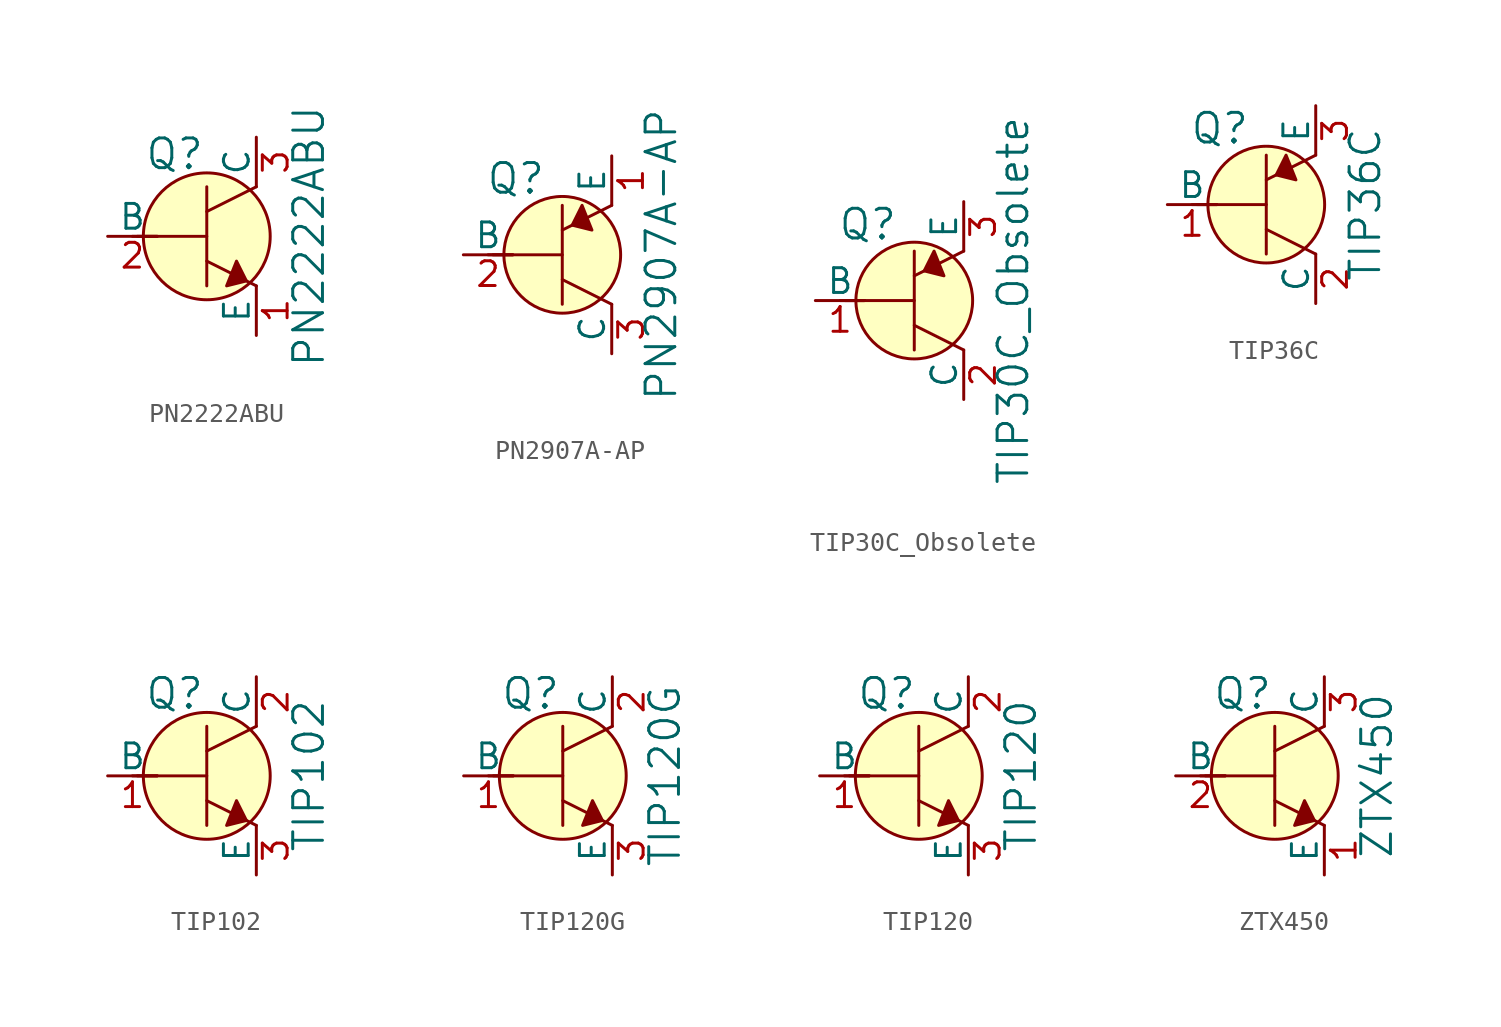
<source format=kicad_sym>
(kicad_symbol_lib
  (version 20220914)
  (generator kicad_symbol_editor)
  (symbol "PN2222ABU"
    (pin_names
      (offset 0))
    (property "Reference" "Q"
      (at -3.2 4.216 0)
      (effects (font (size 1.524 1.524)) (justify left)))
    (property "Value" "PN2222ABU"
      (at 5.232 0 90)
      (effects (font (size 1.524 1.524))))
    (symbol "PN2222ABU_0_1"
      (polyline (pts (xy -3.81 0) (xy -2.54 0)) (stroke (width 0) (type default)) (fill (type none)))
      (polyline (pts (xy -3.556 0) (xy 0 0)) (stroke (width 0) (type default)) (fill (type none)))
      (polyline (pts (xy 0 -1.27) (xy 2.54 -2.54)) (stroke (width 0) (type default)) (fill (type none)))
      (polyline (pts (xy 0 1.27) (xy 2.54 2.54)) (stroke (width 0) (type default)) (fill (type none)))
      (polyline (pts (xy 0 2.54) (xy 0 -2.54)) (stroke (width 0) (type default)) (fill (type none)))
      (polyline (pts (xy 1.524 -1.27) (xy 2.032 -2.286) (xy 1.016 -2.54) (xy 1.524 -1.27)) (stroke (width 0) (type default)) (fill (type outline)))
      (circle (center 0 0) (radius 3.251) (stroke (width 0) (type default)) (fill (type background))))
    (symbol "PN2222ABU_1_1"
      (pin passive line (at 2.54 -5.08 90) (length 2.54) (name "E" (effects (font (size 1.27 1.27)))) (number "1" (effects (font (size 1.27 1.27)))))
      (pin input line (at -5.08 0 0) (length 2.54) (name "B" (effects (font (size 1.27 1.27)))) (number "2" (effects (font (size 1.27 1.27)))))
      (pin passive line (at 2.54 5.08 270) (length 2.54) (name "C" (effects (font (size 1.27 1.27)))) (number "3" (effects (font (size 1.27 1.27)))))))
  (symbol "PN2907A-AP"
    (pin_names
      (offset 0))
    (property "Reference" "Q"
      (at -2.388 3.912 0)
      (effects (font (size 1.524 1.524))))
    (property "Value" "PN2907A-AP"
      (at 5.08 0 90)
      (effects (font (size 1.524 1.524))))
    (symbol "PN2907A-AP_0_1"
      (polyline (pts (xy -3.81 0) (xy -2.54 0)) (stroke (width 0) (type default)) (fill (type none)))
      (polyline (pts (xy -3.556 0) (xy 0 0)) (stroke (width 0) (type default)) (fill (type none)))
      (polyline (pts (xy 0 -1.27) (xy 2.54 -2.54)) (stroke (width 0) (type default)) (fill (type none)))
      (polyline (pts (xy 0 1.27) (xy 2.54 2.54)) (stroke (width 0) (type default)) (fill (type none)))
      (polyline (pts (xy 0 2.54) (xy 0 -2.54)) (stroke (width 0) (type default)) (fill (type none)))
      (polyline (pts (xy 1.016 2.54) (xy 0.508 1.524) (xy 1.524 1.27) (xy 1.016 2.54)) (stroke (width 0) (type default)) (fill (type outline)))
      (circle (center 0 0) (radius 2.997) (stroke (width 0) (type default)) (fill (type background))))
    (symbol "PN2907A-AP_1_1"
      (pin passive line (at 2.54 5.08 270) (length 2.54) (name "E" (effects (font (size 1.27 1.27)))) (number "1" (effects (font (size 1.27 1.27)))))
      (pin input line (at -5.08 0 0) (length 2.54) (name "B" (effects (font (size 1.27 1.27)))) (number "2" (effects (font (size 1.27 1.27)))))
      (pin passive line (at 2.54 -5.08 90) (length 2.54) (name "C" (effects (font (size 1.27 1.27)))) (number "3" (effects (font (size 1.27 1.27)))))))
  (symbol "TIP30C_Obsolete"
    (pin_names
      (offset 0))
    (property "Reference" "Q"
      (at -2.388 3.912 0)
      (effects (font (size 1.524 1.524))))
    (property "Value" "TIP30C_Obsolete"
      (at 5.08 0 90)
      (effects (font (size 1.524 1.524))))
    (symbol "TIP30C_Obsolete_0_1"
      (polyline (pts (xy -3.81 0) (xy -2.54 0)) (stroke (width 0) (type default)) (fill (type none)))
      (polyline (pts (xy -3.556 0) (xy 0 0)) (stroke (width 0) (type default)) (fill (type none)))
      (polyline (pts (xy 0 -1.27) (xy 2.54 -2.54)) (stroke (width 0) (type default)) (fill (type none)))
      (polyline (pts (xy 0 1.27) (xy 2.54 2.54)) (stroke (width 0) (type default)) (fill (type none)))
      (polyline (pts (xy 0 2.54) (xy 0 -2.54)) (stroke (width 0) (type default)) (fill (type none)))
      (polyline (pts (xy 1.016 2.54) (xy 0.508 1.524) (xy 1.524 1.27) (xy 1.016 2.54)) (stroke (width 0) (type default)) (fill (type outline)))
      (circle (center 0 0) (radius 2.997) (stroke (width 0) (type default)) (fill (type background))))
    (symbol "TIP30C_Obsolete_1_1"
      (pin input line (at -5.08 0 0) (length 2.54) (name "B" (effects (font (size 1.27 1.27)))) (number "1" (effects (font (size 1.27 1.27)))))
      (pin passive line (at 2.54 -5.08 90) (length 2.54) (name "C" (effects (font (size 1.27 1.27)))) (number "2" (effects (font (size 1.27 1.27)))))
      (pin passive line (at 2.54 5.08 270) (length 2.54) (name "E" (effects (font (size 1.27 1.27)))) (number "3" (effects (font (size 1.27 1.27)))))))
  (symbol "TIP36C"
    (pin_names
      (offset 0))
    (property "Reference" "Q"
      (at -2.388 3.912 0)
      (effects (font (size 1.524 1.524))))
    (property "Value" "TIP36C"
      (at 5.08 0 90)
      (effects (font (size 1.524 1.524))))
    (symbol "TIP36C_0_1"
      (polyline (pts (xy -3.81 0) (xy -2.54 0)) (stroke (width 0) (type default)) (fill (type none)))
      (polyline (pts (xy -3.556 0) (xy 0 0)) (stroke (width 0) (type default)) (fill (type none)))
      (polyline (pts (xy 0 -1.27) (xy 2.54 -2.54)) (stroke (width 0) (type default)) (fill (type none)))
      (polyline (pts (xy 0 1.27) (xy 2.54 2.54)) (stroke (width 0) (type default)) (fill (type none)))
      (polyline (pts (xy 0 2.54) (xy 0 -2.54)) (stroke (width 0) (type default)) (fill (type none)))
      (polyline (pts (xy 1.016 2.54) (xy 0.508 1.524) (xy 1.524 1.27) (xy 1.016 2.54)) (stroke (width 0) (type default)) (fill (type outline)))
      (circle (center 0 0) (radius 2.997) (stroke (width 0) (type default)) (fill (type background))))
    (symbol "TIP36C_1_1"
      (pin input line (at -5.08 0 0) (length 2.54) (name "B" (effects (font (size 1.27 1.27)))) (number "1" (effects (font (size 1.27 1.27)))))
      (pin passive line (at 2.54 -5.08 90) (length 2.54) (name "C" (effects (font (size 1.27 1.27)))) (number "2" (effects (font (size 1.27 1.27)))))
      (pin passive line (at 2.54 5.08 270) (length 2.54) (name "E" (effects (font (size 1.27 1.27)))) (number "3" (effects (font (size 1.27 1.27)))))))
  (symbol "TIP102"
    (pin_names
      (offset 0))
    (property "Reference" "Q"
      (at -3.2 4.216 0)
      (effects (font (size 1.524 1.524)) (justify left)))
    (property "Value" "TIP102"
      (at 5.232 0 90)
      (effects (font (size 1.524 1.524))))
    (symbol "TIP102_0_1"
      (polyline (pts (xy -3.81 0) (xy -2.54 0)) (stroke (width 0) (type default)) (fill (type none)))
      (polyline (pts (xy -3.556 0) (xy 0 0)) (stroke (width 0) (type default)) (fill (type none)))
      (polyline (pts (xy 0 -1.27) (xy 2.54 -2.54)) (stroke (width 0) (type default)) (fill (type none)))
      (polyline (pts (xy 0 1.27) (xy 2.54 2.54)) (stroke (width 0) (type default)) (fill (type none)))
      (polyline (pts (xy 0 2.54) (xy 0 -2.54)) (stroke (width 0) (type default)) (fill (type none)))
      (polyline (pts (xy 1.524 -1.27) (xy 2.032 -2.286) (xy 1.016 -2.54) (xy 1.524 -1.27)) (stroke (width 0) (type default)) (fill (type outline)))
      (circle (center 0 0) (radius 3.251) (stroke (width 0) (type default)) (fill (type background))))
    (symbol "TIP102_1_1"
      (pin input line (at -5.08 0 0) (length 2.54) (name "B" (effects (font (size 1.27 1.27)))) (number "1" (effects (font (size 1.27 1.27)))))
      (pin passive line (at 2.54 5.08 270) (length 2.54) (name "C" (effects (font (size 1.27 1.27)))) (number "2" (effects (font (size 1.27 1.27)))))
      (pin passive line (at 2.54 -5.08 90) (length 2.54) (name "E" (effects (font (size 1.27 1.27)))) (number "3" (effects (font (size 1.27 1.27)))))))
  (symbol "TIP120G"
    (pin_names
      (offset 0))
    (property "Reference" "Q"
      (at -3.2 4.216 0)
      (effects (font (size 1.524 1.524)) (justify left)))
    (property "Value" "TIP120G"
      (at 5.232 0 90)
      (effects (font (size 1.524 1.524))))
    (symbol "TIP120G_0_1"
      (polyline (pts (xy -3.81 0) (xy -2.54 0)) (stroke (width 0) (type default)) (fill (type none)))
      (polyline (pts (xy -3.556 0) (xy 0 0)) (stroke (width 0) (type default)) (fill (type none)))
      (polyline (pts (xy 0 -1.27) (xy 2.54 -2.54)) (stroke (width 0) (type default)) (fill (type none)))
      (polyline (pts (xy 0 1.27) (xy 2.54 2.54)) (stroke (width 0) (type default)) (fill (type none)))
      (polyline (pts (xy 0 2.54) (xy 0 -2.54)) (stroke (width 0) (type default)) (fill (type none)))
      (polyline (pts (xy 1.524 -1.27) (xy 2.032 -2.286) (xy 1.016 -2.54) (xy 1.524 -1.27)) (stroke (width 0) (type default)) (fill (type outline)))
      (circle (center 0 0) (radius 3.251) (stroke (width 0) (type default)) (fill (type background))))
    (symbol "TIP120G_1_1"
      (pin input line (at -5.08 0 0) (length 2.54) (name "B" (effects (font (size 1.27 1.27)))) (number "1" (effects (font (size 1.27 1.27)))))
      (pin passive line (at 2.54 5.08 270) (length 2.54) (name "C" (effects (font (size 1.27 1.27)))) (number "2" (effects (font (size 1.27 1.27)))))
      (pin passive line (at 2.54 -5.08 90) (length 2.54) (name "E" (effects (font (size 1.27 1.27)))) (number "3" (effects (font (size 1.27 1.27)))))))
  (symbol "TIP120"
    (pin_names
      (offset 0))
    (property "Reference" "Q"
      (at -3.2 4.216 0)
      (effects (font (size 1.524 1.524)) (justify left)))
    (property "Value" "TIP120"
      (at 5.232 0 90)
      (effects (font (size 1.524 1.524))))
    (symbol "TIP120_0_1"
      (polyline (pts (xy -3.81 0) (xy -2.54 0)) (stroke (width 0) (type default)) (fill (type none)))
      (polyline (pts (xy -3.556 0) (xy 0 0)) (stroke (width 0) (type default)) (fill (type none)))
      (polyline (pts (xy 0 -1.27) (xy 2.54 -2.54)) (stroke (width 0) (type default)) (fill (type none)))
      (polyline (pts (xy 0 1.27) (xy 2.54 2.54)) (stroke (width 0) (type default)) (fill (type none)))
      (polyline (pts (xy 0 2.54) (xy 0 -2.54)) (stroke (width 0) (type default)) (fill (type none)))
      (polyline (pts (xy 1.524 -1.27) (xy 2.032 -2.286) (xy 1.016 -2.54) (xy 1.524 -1.27)) (stroke (width 0) (type default)) (fill (type outline)))
      (circle (center 0 0) (radius 3.251) (stroke (width 0) (type default)) (fill (type background))))
    (symbol "TIP120_1_1"
      (pin input line (at -5.08 0 0) (length 2.54) (name "B" (effects (font (size 1.27 1.27)))) (number "1" (effects (font (size 1.27 1.27)))))
      (pin passive line (at 2.54 5.08 270) (length 2.54) (name "C" (effects (font (size 1.27 1.27)))) (number "2" (effects (font (size 1.27 1.27)))))
      (pin passive line (at 2.54 -5.08 90) (length 2.54) (name "E" (effects (font (size 1.27 1.27)))) (number "3" (effects (font (size 1.27 1.27)))))))
  (symbol "ZTX450"
    (pin_names
      (offset 0))
    (property "Reference" "Q"
      (at -3.2 4.216 0)
      (effects (font (size 1.524 1.524)) (justify left)))
    (property "Value" "ZTX450"
      (at 5.232 0 90)
      (effects (font (size 1.524 1.524))))
    (symbol "ZTX450_0_1"
      (polyline (pts (xy -3.81 0) (xy -2.54 0)) (stroke (width 0) (type default)) (fill (type none)))
      (polyline (pts (xy -3.556 0) (xy 0 0)) (stroke (width 0) (type default)) (fill (type none)))
      (polyline (pts (xy 0 -1.27) (xy 2.54 -2.54)) (stroke (width 0) (type default)) (fill (type none)))
      (polyline (pts (xy 0 1.27) (xy 2.54 2.54)) (stroke (width 0) (type default)) (fill (type none)))
      (polyline (pts (xy 0 2.54) (xy 0 -2.54)) (stroke (width 0) (type default)) (fill (type none)))
      (polyline (pts (xy 1.524 -1.27) (xy 2.032 -2.286) (xy 1.016 -2.54) (xy 1.524 -1.27)) (stroke (width 0) (type default)) (fill (type outline)))
      (circle (center 0 0) (radius 3.251) (stroke (width 0) (type default)) (fill (type background))))
    (symbol "ZTX450_1_1"
      (pin passive line (at 2.54 -5.08 90) (length 2.54) (name "E" (effects (font (size 1.27 1.27)))) (number "1" (effects (font (size 1.27 1.27)))))
      (pin input line (at -5.08 0 0) (length 2.54) (name "B" (effects (font (size 1.27 1.27)))) (number "2" (effects (font (size 1.27 1.27)))))
      (pin passive line (at 2.54 5.08 270) (length 2.54) (name "C" (effects (font (size 1.27 1.27)))) (number "3" (effects (font (size 1.27 1.27))))))))
</source>
